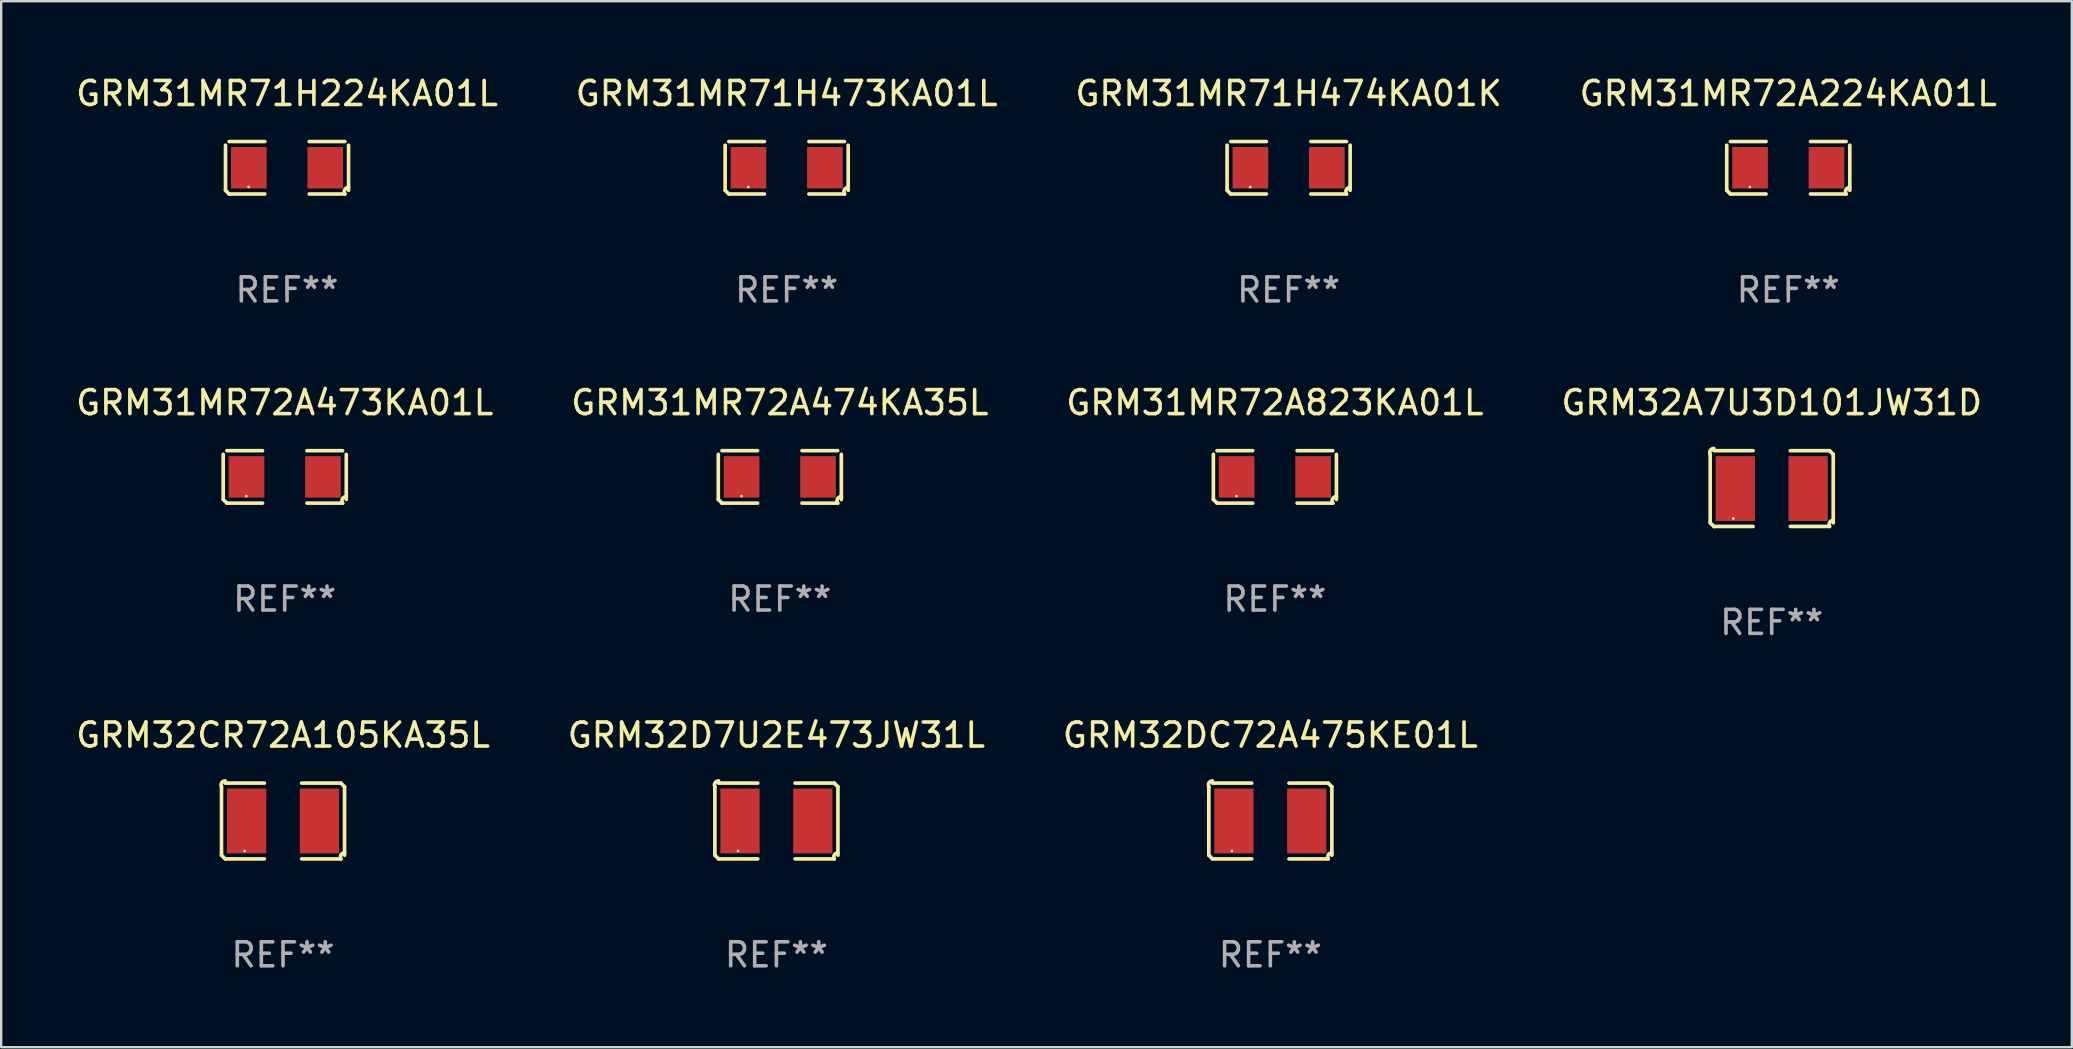
<source format=kicad_pcb>
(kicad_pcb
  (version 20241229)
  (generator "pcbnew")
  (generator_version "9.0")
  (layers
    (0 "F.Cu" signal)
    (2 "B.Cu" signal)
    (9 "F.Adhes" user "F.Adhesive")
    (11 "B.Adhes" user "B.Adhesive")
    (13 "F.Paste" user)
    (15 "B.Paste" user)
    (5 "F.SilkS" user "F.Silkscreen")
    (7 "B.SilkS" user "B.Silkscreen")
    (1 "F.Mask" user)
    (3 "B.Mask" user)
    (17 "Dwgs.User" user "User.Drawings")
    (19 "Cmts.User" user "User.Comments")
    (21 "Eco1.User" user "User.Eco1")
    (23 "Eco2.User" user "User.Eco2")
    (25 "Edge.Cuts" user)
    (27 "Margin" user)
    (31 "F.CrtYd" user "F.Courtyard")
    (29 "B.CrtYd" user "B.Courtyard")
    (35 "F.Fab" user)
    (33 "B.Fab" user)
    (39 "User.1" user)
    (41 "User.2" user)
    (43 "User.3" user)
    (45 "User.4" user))
  (footprint "GRM31MR72A474KA35L"
    (layer "F.Cu")
    (at 29.446 16.823)
    (property "Reference" "GRM31MR72A474KA35L" (at 0 -3.093 0) (layer "F.SilkS") (effects (font (size 1 1) (thickness 0.15))))
    (attr through_hole)
    (fp_line (start -2.564 0.94) (end -2.564 -0.94) (stroke (width 0.152) (type solid)) (layer "F.SilkS"))
    (fp_line (start -2.411 -1.093) (end -0.926 -1.093) (stroke (width 0.152) (type solid)) (layer "F.SilkS"))
    (fp_line (start -0.926 1.093) (end -2.411 1.093) (stroke (width 0.152) (type solid)) (layer "F.SilkS"))
    (fp_line (start 0.926 1.093) (end 2.411 1.093) (stroke (width 0.152) (type solid)) (layer "F.SilkS"))
    (fp_line (start 2.411 -1.093) (end 0.926 -1.093) (stroke (width 0.152) (type solid)) (layer "F.SilkS"))
    (fp_line (start 2.564 0.94) (end 2.564 -0.94) (stroke (width 0.152) (type solid)) (layer "F.SilkS"))
    (fp_arc (start -2.411201 1.092609) (mid -2.487413 1.01642) (end -2.563602 0.940208) (stroke (width 0.1524) (type solid)) (layer "F.SilkS"))
    (fp_arc (start 2.411201 1.092609) (mid 2.407159 0.911226) (end 2.563602 0.819347) (stroke (width 0.1524) (type solid)) (layer "F.SilkS"))
    (fp_circle (center -1.6 0.8) (end -1.57 0.8) (stroke (width 0.06) (type solid)) (fill no) (layer "F.SilkS"))
    (fp_text user "REF**" (at 0 5.093 0) (layer "F.Fab") (effects (font (size 1 1) (thickness 0.15))))
    (pad "1" smd rect (at -1.593 0) (size 1.485 1.728) (layers "F.Cu" "F.Mask" "F.Paste"))
    (pad "2" smd rect (at 1.593 0) (size 1.485 1.728) (layers "F.Cu" "F.Mask" "F.Paste")))
  (footprint "GRM32DC72A475KE01L"
    (layer "F.Cu")
    (at 49.887 31.162)
    (property "Reference" "GRM32DC72A475KE01L" (at 0 -3.579 0) (layer "F.SilkS") (effects (font (size 1 1) (thickness 0.15))))
    (attr through_hole)
    (fp_line (start -2.564 1.426) (end -2.564 -1.426) (stroke (width 0.152) (type solid)) (layer "F.SilkS"))
    (fp_line (start -2.411 -1.579) (end -0.776 -1.579) (stroke (width 0.152) (type solid)) (layer "F.SilkS"))
    (fp_line (start -0.776 1.579) (end -2.411 1.579) (stroke (width 0.152) (type solid)) (layer "F.SilkS"))
    (fp_line (start 0.776 1.579) (end 2.411 1.579) (stroke (width 0.152) (type solid)) (layer "F.SilkS"))
    (fp_line (start 2.411 -1.579) (end 0.776 -1.579) (stroke (width 0.152) (type solid)) (layer "F.SilkS"))
    (fp_line (start 2.564 1.426) (end 2.564 -1.426) (stroke (width 0.152) (type solid)) (layer "F.SilkS"))
    (fp_arc (start -2.563602 -1.426213) (mid -2.555597 -1.591233) (end -2.411201 -1.671518) (stroke (width 0.1524) (type solid)) (layer "F.SilkS"))
    (fp_arc (start -2.5636 1.426214) (mid -2.487389 1.502402) (end -2.411201 1.578613) (stroke (width 0.1524) (type solid)) (layer "F.SilkS"))
    (fp_arc (start 2.411197 -1.578618) (mid 2.487403 -1.502419) (end 2.563602 -1.426213) (stroke (width 0.1524) (type solid)) (layer "F.SilkS"))
    (fp_arc (start 2.411201 1.578613) (mid 2.416214 1.409455) (end 2.563602 1.32629) (stroke (width 0.1524) (type solid)) (layer "F.SilkS"))
    (fp_circle (center -1.6 1.25) (end -1.57 1.25) (stroke (width 0.06) (type solid)) (fill no) (layer "F.SilkS"))
    (fp_text user "REF**" (at 0 5.579 0) (layer "F.Fab") (effects (font (size 1 1) (thickness 0.15))))
    (pad "1" smd rect (at -1.517 0) (size 1.635 2.7) (layers "F.Cu" "F.Mask" "F.Paste"))
    (pad "2" smd rect (at 1.517 0) (size 1.635 2.7) (layers "F.Cu" "F.Mask" "F.Paste")))
  (footprint "GRM31MR72A224KA01L"
    (layer "F.Cu")
    (at 71.47 3.941)
    (property "Reference" "GRM31MR72A224KA01L" (at 0 -3.093 0) (layer "F.SilkS") (effects (font (size 1 1) (thickness 0.15))))
    (attr through_hole)
    (fp_line (start -2.564 0.94) (end -2.564 -0.94) (stroke (width 0.152) (type solid)) (layer "F.SilkS"))
    (fp_line (start -2.411 -1.093) (end -0.926 -1.093) (stroke (width 0.152) (type solid)) (layer "F.SilkS"))
    (fp_line (start -0.926 1.093) (end -2.411 1.093) (stroke (width 0.152) (type solid)) (layer "F.SilkS"))
    (fp_line (start 0.926 1.093) (end 2.411 1.093) (stroke (width 0.152) (type solid)) (layer "F.SilkS"))
    (fp_line (start 2.411 -1.093) (end 0.926 -1.093) (stroke (width 0.152) (type solid)) (layer "F.SilkS"))
    (fp_line (start 2.564 0.94) (end 2.564 -0.94) (stroke (width 0.152) (type solid)) (layer "F.SilkS"))
    (fp_arc (start -2.411201 1.092609) (mid -2.487413 1.01642) (end -2.563602 0.940208) (stroke (width 0.1524) (type solid)) (layer "F.SilkS"))
    (fp_arc (start 2.411201 1.092609) (mid 2.407159 0.911226) (end 2.563602 0.819347) (stroke (width 0.1524) (type solid)) (layer "F.SilkS"))
    (fp_circle (center -1.6 0.8) (end -1.57 0.8) (stroke (width 0.06) (type solid)) (fill no) (layer "F.SilkS"))
    (fp_text user "REF**" (at 0 5.093 0) (layer "F.Fab") (effects (font (size 1 1) (thickness 0.15))))
    (pad "1" smd rect (at -1.593 0) (size 1.485 1.728) (layers "F.Cu" "F.Mask" "F.Paste"))
    (pad "2" smd rect (at 1.593 0) (size 1.485 1.728) (layers "F.Cu" "F.Mask" "F.Paste")))
  (footprint "GRM31MR72A473KA01L"
    (layer "F.Cu")
    (at 8.815 16.823)
    (property "Reference" "GRM31MR72A473KA01L" (at 0 -3.093 0) (layer "F.SilkS") (effects (font (size 1 1) (thickness 0.15))))
    (attr through_hole)
    (fp_line (start -2.564 0.94) (end -2.564 -0.94) (stroke (width 0.152) (type solid)) (layer "F.SilkS"))
    (fp_line (start -2.411 -1.093) (end -0.926 -1.093) (stroke (width 0.152) (type solid)) (layer "F.SilkS"))
    (fp_line (start -0.926 1.093) (end -2.411 1.093) (stroke (width 0.152) (type solid)) (layer "F.SilkS"))
    (fp_line (start 0.926 1.093) (end 2.411 1.093) (stroke (width 0.152) (type solid)) (layer "F.SilkS"))
    (fp_line (start 2.411 -1.093) (end 0.926 -1.093) (stroke (width 0.152) (type solid)) (layer "F.SilkS"))
    (fp_line (start 2.564 0.94) (end 2.564 -0.94) (stroke (width 0.152) (type solid)) (layer "F.SilkS"))
    (fp_arc (start -2.411201 1.092609) (mid -2.487413 1.01642) (end -2.563602 0.940208) (stroke (width 0.1524) (type solid)) (layer "F.SilkS"))
    (fp_arc (start 2.411201 1.092609) (mid 2.407159 0.911226) (end 2.563602 0.819347) (stroke (width 0.1524) (type solid)) (layer "F.SilkS"))
    (fp_circle (center -1.6 0.8) (end -1.57 0.8) (stroke (width 0.06) (type solid)) (fill no) (layer "F.SilkS"))
    (fp_text user "REF**" (at 0 5.093 0) (layer "F.Fab") (effects (font (size 1 1) (thickness 0.15))))
    (pad "1" smd rect (at -1.593 0) (size 1.485 1.728) (layers "F.Cu" "F.Mask" "F.Paste"))
    (pad "2" smd rect (at 1.593 0) (size 1.485 1.728) (layers "F.Cu" "F.Mask" "F.Paste")))
  (footprint "GRM32CR72A105KA35L"
    (layer "F.Cu")
    (at 8.744 31.162)
    (property "Reference" "GRM32CR72A105KA35L" (at 0 -3.579 0) (layer "F.SilkS") (effects (font (size 1 1) (thickness 0.15))))
    (attr through_hole)
    (fp_line (start -2.564 1.426) (end -2.564 -1.426) (stroke (width 0.152) (type solid)) (layer "F.SilkS"))
    (fp_line (start -2.411 -1.579) (end -0.776 -1.579) (stroke (width 0.152) (type solid)) (layer "F.SilkS"))
    (fp_line (start -0.776 1.579) (end -2.411 1.579) (stroke (width 0.152) (type solid)) (layer "F.SilkS"))
    (fp_line (start 0.776 1.579) (end 2.411 1.579) (stroke (width 0.152) (type solid)) (layer "F.SilkS"))
    (fp_line (start 2.411 -1.579) (end 0.776 -1.579) (stroke (width 0.152) (type solid)) (layer "F.SilkS"))
    (fp_line (start 2.564 1.426) (end 2.564 -1.426) (stroke (width 0.152) (type solid)) (layer "F.SilkS"))
    (fp_arc (start -2.563602 -1.426213) (mid -2.555597 -1.591233) (end -2.411201 -1.671518) (stroke (width 0.1524) (type solid)) (layer "F.SilkS"))
    (fp_arc (start -2.5636 1.426214) (mid -2.487389 1.502402) (end -2.411201 1.578613) (stroke (width 0.1524) (type solid)) (layer "F.SilkS"))
    (fp_arc (start 2.411197 -1.578618) (mid 2.487403 -1.502419) (end 2.563602 -1.426213) (stroke (width 0.1524) (type solid)) (layer "F.SilkS"))
    (fp_arc (start 2.411201 1.578613) (mid 2.416214 1.409455) (end 2.563602 1.32629) (stroke (width 0.1524) (type solid)) (layer "F.SilkS"))
    (fp_circle (center -1.6 1.25) (end -1.57 1.25) (stroke (width 0.06) (type solid)) (fill no) (layer "F.SilkS"))
    (fp_text user "REF**" (at 0 5.579 0) (layer "F.Fab") (effects (font (size 1 1) (thickness 0.15))))
    (pad "1" smd rect (at -1.517 0) (size 1.635 2.7) (layers "F.Cu" "F.Mask" "F.Paste"))
    (pad "2" smd rect (at 1.517 0) (size 1.635 2.7) (layers "F.Cu" "F.Mask" "F.Paste")))
  (footprint "GRM31MR71H474KA01K"
    (layer "F.Cu")
    (at 50.649 3.941)
    (property "Reference" "GRM31MR71H474KA01K" (at 0 -3.093 0) (layer "F.SilkS") (effects (font (size 1 1) (thickness 0.15))))
    (attr through_hole)
    (fp_line (start -2.564 0.94) (end -2.564 -0.94) (stroke (width 0.152) (type solid)) (layer "F.SilkS"))
    (fp_line (start -2.411 -1.093) (end -0.926 -1.093) (stroke (width 0.152) (type solid)) (layer "F.SilkS"))
    (fp_line (start -0.926 1.093) (end -2.411 1.093) (stroke (width 0.152) (type solid)) (layer "F.SilkS"))
    (fp_line (start 0.926 1.093) (end 2.411 1.093) (stroke (width 0.152) (type solid)) (layer "F.SilkS"))
    (fp_line (start 2.411 -1.093) (end 0.926 -1.093) (stroke (width 0.152) (type solid)) (layer "F.SilkS"))
    (fp_line (start 2.564 0.94) (end 2.564 -0.94) (stroke (width 0.152) (type solid)) (layer "F.SilkS"))
    (fp_arc (start -2.411201 1.092609) (mid -2.487413 1.01642) (end -2.563602 0.940208) (stroke (width 0.1524) (type solid)) (layer "F.SilkS"))
    (fp_arc (start 2.411201 1.092609) (mid 2.407159 0.911226) (end 2.563602 0.819347) (stroke (width 0.1524) (type solid)) (layer "F.SilkS"))
    (fp_circle (center -1.6 0.8) (end -1.57 0.8) (stroke (width 0.06) (type solid)) (fill no) (layer "F.SilkS"))
    (fp_text user "REF**" (at 0 5.093 0) (layer "F.Fab") (effects (font (size 1 1) (thickness 0.15))))
    (pad "1" smd rect (at -1.593 0) (size 1.485 1.728) (layers "F.Cu" "F.Mask" "F.Paste"))
    (pad "2" smd rect (at 1.593 0) (size 1.485 1.728) (layers "F.Cu" "F.Mask" "F.Paste")))
  (footprint "GRM31MR71H473KA01L"
    (layer "F.Cu")
    (at 29.732 3.941)
    (property "Reference" "GRM31MR71H473KA01L" (at 0 -3.093 0) (layer "F.SilkS") (effects (font (size 1 1) (thickness 0.15))))
    (attr through_hole)
    (fp_line (start -2.564 0.94) (end -2.564 -0.94) (stroke (width 0.152) (type solid)) (layer "F.SilkS"))
    (fp_line (start -2.411 -1.093) (end -0.926 -1.093) (stroke (width 0.152) (type solid)) (layer "F.SilkS"))
    (fp_line (start -0.926 1.093) (end -2.411 1.093) (stroke (width 0.152) (type solid)) (layer "F.SilkS"))
    (fp_line (start 0.926 1.093) (end 2.411 1.093) (stroke (width 0.152) (type solid)) (layer "F.SilkS"))
    (fp_line (start 2.411 -1.093) (end 0.926 -1.093) (stroke (width 0.152) (type solid)) (layer "F.SilkS"))
    (fp_line (start 2.564 0.94) (end 2.564 -0.94) (stroke (width 0.152) (type solid)) (layer "F.SilkS"))
    (fp_arc (start -2.411201 1.092609) (mid -2.487413 1.01642) (end -2.563602 0.940208) (stroke (width 0.1524) (type solid)) (layer "F.SilkS"))
    (fp_arc (start 2.411201 1.092609) (mid 2.407159 0.911226) (end 2.563602 0.819347) (stroke (width 0.1524) (type solid)) (layer "F.SilkS"))
    (fp_circle (center -1.6 0.8) (end -1.57 0.8) (stroke (width 0.06) (type solid)) (fill no) (layer "F.SilkS"))
    (fp_text user "REF**" (at 0 5.093 0) (layer "F.Fab") (effects (font (size 1 1) (thickness 0.15))))
    (pad "1" smd rect (at -1.593 0) (size 1.485 1.728) (layers "F.Cu" "F.Mask" "F.Paste"))
    (pad "2" smd rect (at 1.593 0) (size 1.485 1.728) (layers "F.Cu" "F.Mask" "F.Paste")))
  (footprint "GRM31MR71H224KA01L"
    (layer "F.Cu")
    (at 8.911 3.941)
    (property "Reference" "GRM31MR71H224KA01L" (at 0 -3.093 0) (layer "F.SilkS") (effects (font (size 1 1) (thickness 0.15))))
    (attr through_hole)
    (fp_line (start -2.564 0.94) (end -2.564 -0.94) (stroke (width 0.152) (type solid)) (layer "F.SilkS"))
    (fp_line (start -2.411 -1.093) (end -0.926 -1.093) (stroke (width 0.152) (type solid)) (layer "F.SilkS"))
    (fp_line (start -0.926 1.093) (end -2.411 1.093) (stroke (width 0.152) (type solid)) (layer "F.SilkS"))
    (fp_line (start 0.926 1.093) (end 2.411 1.093) (stroke (width 0.152) (type solid)) (layer "F.SilkS"))
    (fp_line (start 2.411 -1.093) (end 0.926 -1.093) (stroke (width 0.152) (type solid)) (layer "F.SilkS"))
    (fp_line (start 2.564 0.94) (end 2.564 -0.94) (stroke (width 0.152) (type solid)) (layer "F.SilkS"))
    (fp_arc (start -2.411201 1.092609) (mid -2.487413 1.01642) (end -2.563602 0.940208) (stroke (width 0.1524) (type solid)) (layer "F.SilkS"))
    (fp_arc (start 2.411201 1.092609) (mid 2.407159 0.911226) (end 2.563602 0.819347) (stroke (width 0.1524) (type solid)) (layer "F.SilkS"))
    (fp_circle (center -1.6 0.8) (end -1.57 0.8) (stroke (width 0.06) (type solid)) (fill no) (layer "F.SilkS"))
    (fp_text user "REF**" (at 0 5.093 0) (layer "F.Fab") (effects (font (size 1 1) (thickness 0.15))))
    (pad "1" smd rect (at -1.593 0) (size 1.485 1.728) (layers "F.Cu" "F.Mask" "F.Paste"))
    (pad "2" smd rect (at 1.593 0) (size 1.485 1.728) (layers "F.Cu" "F.Mask" "F.Paste")))
  (footprint "GRM32D7U2E473JW31L"
    (layer "F.Cu")
    (at 29.304 31.162)
    (property "Reference" "GRM32D7U2E473JW31L" (at 0 -3.579 0) (layer "F.SilkS") (effects (font (size 1 1) (thickness 0.15))))
    (attr through_hole)
    (fp_line (start -2.564 1.426) (end -2.564 -1.426) (stroke (width 0.152) (type solid)) (layer "F.SilkS"))
    (fp_line (start -2.411 -1.579) (end -0.776 -1.579) (stroke (width 0.152) (type solid)) (layer "F.SilkS"))
    (fp_line (start -0.776 1.579) (end -2.411 1.579) (stroke (width 0.152) (type solid)) (layer "F.SilkS"))
    (fp_line (start 0.776 1.579) (end 2.411 1.579) (stroke (width 0.152) (type solid)) (layer "F.SilkS"))
    (fp_line (start 2.411 -1.579) (end 0.776 -1.579) (stroke (width 0.152) (type solid)) (layer "F.SilkS"))
    (fp_line (start 2.564 1.426) (end 2.564 -1.426) (stroke (width 0.152) (type solid)) (layer "F.SilkS"))
    (fp_arc (start -2.563602 -1.426213) (mid -2.555597 -1.591233) (end -2.411201 -1.671518) (stroke (width 0.1524) (type solid)) (layer "F.SilkS"))
    (fp_arc (start -2.5636 1.426214) (mid -2.487389 1.502402) (end -2.411201 1.578613) (stroke (width 0.1524) (type solid)) (layer "F.SilkS"))
    (fp_arc (start 2.411197 -1.578618) (mid 2.487403 -1.502419) (end 2.563602 -1.426213) (stroke (width 0.1524) (type solid)) (layer "F.SilkS"))
    (fp_arc (start 2.411201 1.578613) (mid 2.416214 1.409455) (end 2.563602 1.32629) (stroke (width 0.1524) (type solid)) (layer "F.SilkS"))
    (fp_circle (center -1.6 1.25) (end -1.57 1.25) (stroke (width 0.06) (type solid)) (fill no) (layer "F.SilkS"))
    (fp_text user "REF**" (at 0 5.579 0) (layer "F.Fab") (effects (font (size 1 1) (thickness 0.15))))
    (pad "1" smd rect (at -1.517 0) (size 1.635 2.7) (layers "F.Cu" "F.Mask" "F.Paste"))
    (pad "2" smd rect (at 1.517 0) (size 1.635 2.7) (layers "F.Cu" "F.Mask" "F.Paste")))
  (footprint "GRM31MR72A823KA01L"
    (layer "F.Cu")
    (at 50.077 16.823)
    (property "Reference" "GRM31MR72A823KA01L" (at 0 -3.093 0) (layer "F.SilkS") (effects (font (size 1 1) (thickness 0.15))))
    (attr through_hole)
    (fp_line (start -2.564 0.94) (end -2.564 -0.94) (stroke (width 0.152) (type solid)) (layer "F.SilkS"))
    (fp_line (start -2.411 -1.093) (end -0.926 -1.093) (stroke (width 0.152) (type solid)) (layer "F.SilkS"))
    (fp_line (start -0.926 1.093) (end -2.411 1.093) (stroke (width 0.152) (type solid)) (layer "F.SilkS"))
    (fp_line (start 0.926 1.093) (end 2.411 1.093) (stroke (width 0.152) (type solid)) (layer "F.SilkS"))
    (fp_line (start 2.411 -1.093) (end 0.926 -1.093) (stroke (width 0.152) (type solid)) (layer "F.SilkS"))
    (fp_line (start 2.564 0.94) (end 2.564 -0.94) (stroke (width 0.152) (type solid)) (layer "F.SilkS"))
    (fp_arc (start -2.411201 1.092609) (mid -2.487413 1.01642) (end -2.563602 0.940208) (stroke (width 0.1524) (type solid)) (layer "F.SilkS"))
    (fp_arc (start 2.411201 1.092609) (mid 2.407159 0.911226) (end 2.563602 0.819347) (stroke (width 0.1524) (type solid)) (layer "F.SilkS"))
    (fp_circle (center -1.6 0.8) (end -1.57 0.8) (stroke (width 0.06) (type solid)) (fill no) (layer "F.SilkS"))
    (fp_text user "REF**" (at 0 5.093 0) (layer "F.Fab") (effects (font (size 1 1) (thickness 0.15))))
    (pad "1" smd rect (at -1.593 0) (size 1.485 1.728) (layers "F.Cu" "F.Mask" "F.Paste"))
    (pad "2" smd rect (at 1.593 0) (size 1.485 1.728) (layers "F.Cu" "F.Mask" "F.Paste")))
  (footprint "GRM32A7U3D101JW31D"
    (layer "F.Cu")
    (at 70.78 17.309)
    (property "Reference" "GRM32A7U3D101JW31D" (at 0 -3.579 0) (layer "F.SilkS") (effects (font (size 1 1) (thickness 0.15))))
    (attr through_hole)
    (fp_line (start -2.564 1.426) (end -2.564 -1.426) (stroke (width 0.152) (type solid)) (layer "F.SilkS"))
    (fp_line (start -2.411 -1.579) (end -0.776 -1.579) (stroke (width 0.152) (type solid)) (layer "F.SilkS"))
    (fp_line (start -0.776 1.579) (end -2.411 1.579) (stroke (width 0.152) (type solid)) (layer "F.SilkS"))
    (fp_line (start 0.776 1.579) (end 2.411 1.579) (stroke (width 0.152) (type solid)) (layer "F.SilkS"))
    (fp_line (start 2.411 -1.579) (end 0.776 -1.579) (stroke (width 0.152) (type solid)) (layer "F.SilkS"))
    (fp_line (start 2.564 1.426) (end 2.564 -1.426) (stroke (width 0.152) (type solid)) (layer "F.SilkS"))
    (fp_arc (start -2.563602 -1.426213) (mid -2.555597 -1.591233) (end -2.411201 -1.671518) (stroke (width 0.1524) (type solid)) (layer "F.SilkS"))
    (fp_arc (start -2.5636 1.426214) (mid -2.487389 1.502402) (end -2.411201 1.578613) (stroke (width 0.1524) (type solid)) (layer "F.SilkS"))
    (fp_arc (start 2.411197 -1.578618) (mid 2.487403 -1.502419) (end 2.563602 -1.426213) (stroke (width 0.1524) (type solid)) (layer "F.SilkS"))
    (fp_arc (start 2.411201 1.578613) (mid 2.416214 1.409455) (end 2.563602 1.32629) (stroke (width 0.1524) (type solid)) (layer "F.SilkS"))
    (fp_circle (center -1.6 1.25) (end -1.57 1.25) (stroke (width 0.06) (type solid)) (fill no) (layer "F.SilkS"))
    (fp_text user "REF**" (at 0 5.579 0) (layer "F.Fab") (effects (font (size 1 1) (thickness 0.15))))
    (pad "1" smd rect (at -1.517 0) (size 1.635 2.7) (layers "F.Cu" "F.Mask" "F.Paste"))
    (pad "2" smd rect (at 1.517 0) (size 1.635 2.7) (layers "F.Cu" "F.Mask" "F.Paste")))
  (gr_rect
    (start -3 -3)
    (end 83.286 40.589)
    (stroke (width 0.1) (type default))
    (fill no)
    (layer "Edge.Cuts")))
</source>
